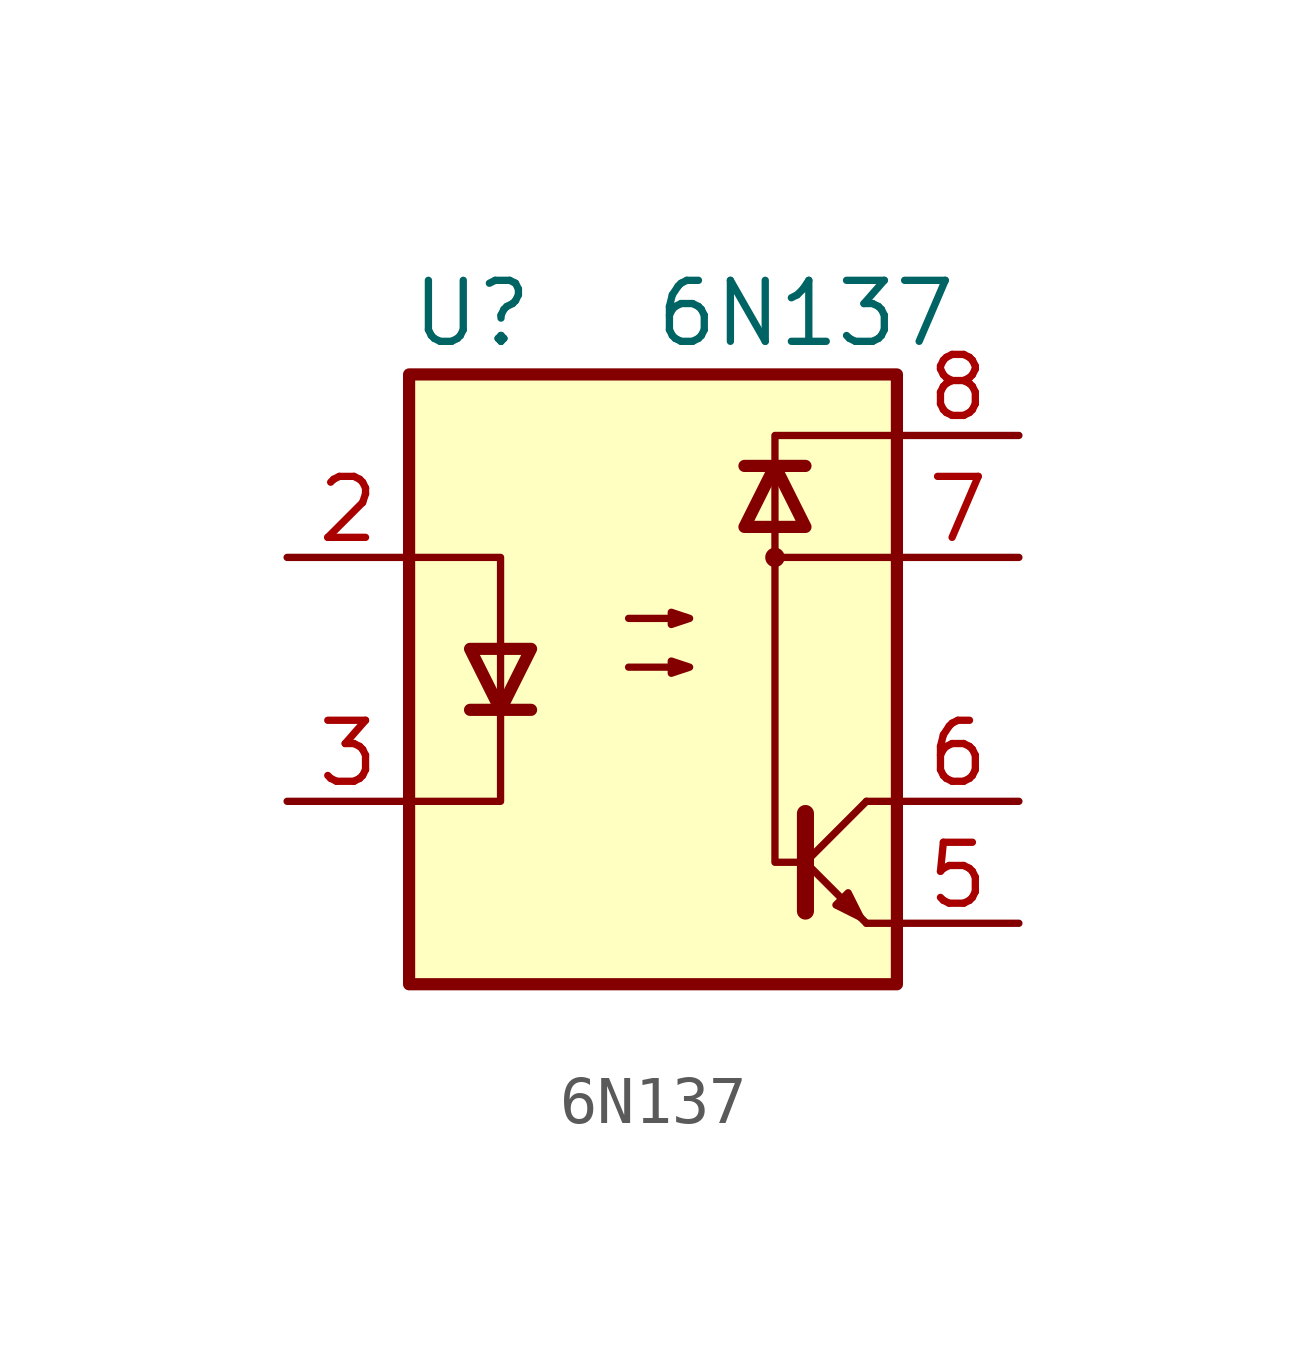
<source format=kicad_sym>
(kicad_symbol_lib
  (version 20201005)
  (generator kicad_symbol_editor)
  (symbol "6N137"
    (pin_names
      (offset 1.016))
    (property "Reference" "U"
      (at -5.08 7.62 0)
      (effects (font (size 1.27 1.27)) (justify left)))
    (property "Value" "6N137"
      (at 0 7.62 0)
      (effects (font (size 1.27 1.27)) (justify left)))
    (symbol "6N137_0_1"
      (circle (center 2.54 2.54) (radius 0.127) (stroke (width 0)) (fill (type none)))
      (rectangle (start -5.08 6.35) (end 5.08 -6.35) (stroke (width 0.254)) (fill (type background)))
      (polyline (pts (xy -3.81 -0.635) (xy -2.54 -0.635)) (stroke (width 0.254)) (fill (type none)))
      (polyline (pts (xy 1.905 4.445) (xy 3.175 4.445)) (stroke (width 0.254)) (fill (type none)))
      (polyline (pts (xy 3.175 -2.794) (xy 3.175 -4.826)) (stroke (width 0.356)) (fill (type none)))
      (polyline (pts (xy 3.302 -3.937) (xy 4.445 -5.08)) (stroke (width 0)) (fill (type none)))
      (polyline (pts (xy 3.302 -3.683) (xy 4.445 -2.54)) (stroke (width 0)) (fill (type none)))
      (polyline (pts (xy 5.08 -5.08) (xy 4.445 -5.08)) (stroke (width 0)) (fill (type none)))
      (polyline (pts (xy 5.08 -2.54) (xy 4.445 -2.54)) (stroke (width 0)) (fill (type none)))
      (polyline (pts (xy 5.08 2.54) (xy 2.54 2.54)) (stroke (width 0)) (fill (type none)))
      (polyline (pts (xy -5.08 2.54) (xy -3.175 2.54) (xy -3.175 -2.54) (xy -5.08 -2.54)) (stroke (width 0)) (fill (type none)))
      (polyline (pts (xy -3.175 -0.635) (xy -3.81 0.635) (xy -2.54 0.635) (xy -3.175 -0.635)) (stroke (width 0.254)) (fill (type none)))
      (polyline (pts (xy 2.54 4.445) (xy 1.905 3.175) (xy 3.175 3.175) (xy 2.54 4.445)) (stroke (width 0.254)) (fill (type none)))
      (polyline (pts (xy 4.318 -4.953) (xy 4.064 -4.445) (xy 3.81 -4.699) (xy 4.318 -4.953)) (stroke (width 0)) (fill (type none)))
      (polyline (pts (xy 5.08 5.08) (xy 2.54 5.08) (xy 2.54 -3.81) (xy 3.175 -3.81)) (stroke (width 0)) (fill (type none)))
      (polyline (pts (xy -0.508 0.254) (xy 0.762 0.254) (xy 0.381 0.127) (xy 0.381 0.381) (xy 0.762 0.254)) (stroke (width 0)) (fill (type none)))
      (polyline (pts (xy -0.508 1.27) (xy 0.762 1.27) (xy 0.381 1.143) (xy 0.381 1.397) (xy 0.762 1.27)) (stroke (width 0)) (fill (type none))))
    (symbol "6N137_1_1"
      (pin no_connect line (at -5.08 5.08 0) (length 2.54) hide (name "NC" (effects (font (size 1.27 1.27)))) (number "1" (effects (font (size 1.27 1.27)))))
      (pin passive line (at -7.62 2.54 0) (length 2.54) (name "~" (effects (font (size 1.27 1.27)))) (number "2" (effects (font (size 1.27 1.27)))))
      (pin passive line (at -7.62 -2.54 0) (length 2.54) (name "~" (effects (font (size 1.27 1.27)))) (number "3" (effects (font (size 1.27 1.27)))))
      (pin no_connect line (at -5.08 -5.08 0) (length 2.54) hide (name "NC" (effects (font (size 1.27 1.27)))) (number "4" (effects (font (size 1.27 1.27)))))
      (pin passive line (at 7.62 -5.08 180) (length 2.54) (name "~" (effects (font (size 1.27 1.27)))) (number "5" (effects (font (size 1.27 1.27)))))
      (pin passive line (at 7.62 -2.54 180) (length 2.54) (name "~" (effects (font (size 1.27 1.27)))) (number "6" (effects (font (size 1.27 1.27)))))
      (pin passive line (at 7.62 2.54 180) (length 2.54) (name "~" (effects (font (size 1.27 1.27)))) (number "7" (effects (font (size 1.27 1.27)))))
      (pin passive line (at 7.62 5.08 180) (length 2.54) (name "~" (effects (font (size 1.27 1.27)))) (number "8" (effects (font (size 1.27 1.27))))))))
</source>
